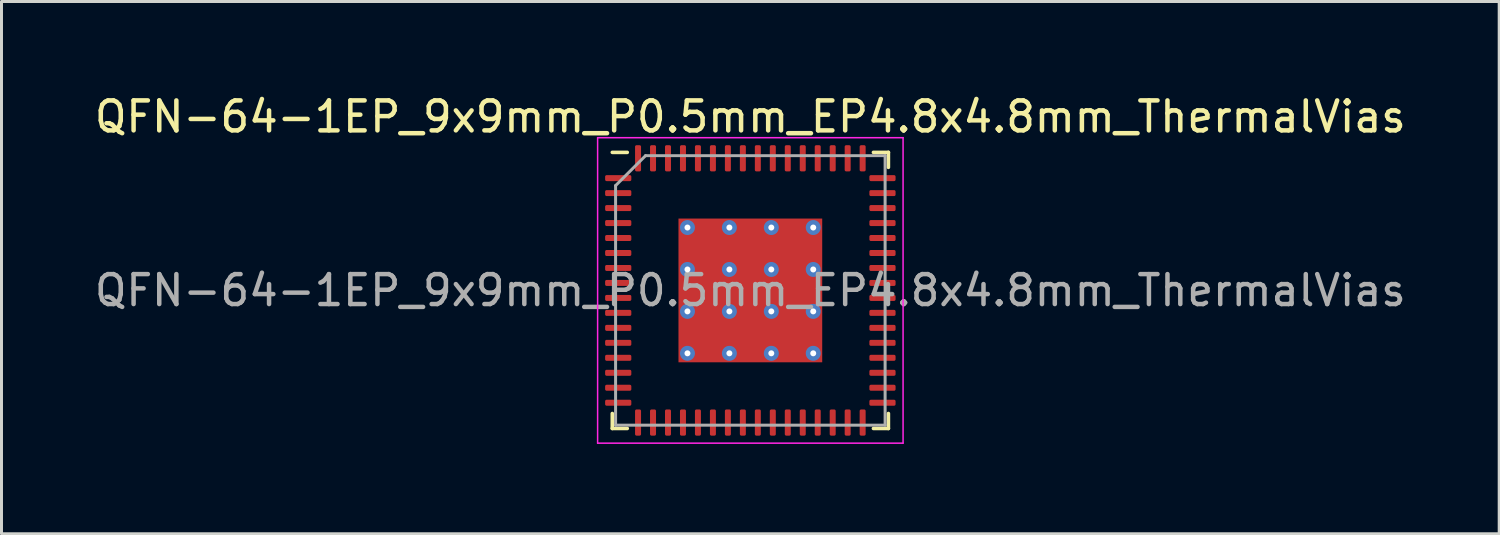
<source format=kicad_pcb>
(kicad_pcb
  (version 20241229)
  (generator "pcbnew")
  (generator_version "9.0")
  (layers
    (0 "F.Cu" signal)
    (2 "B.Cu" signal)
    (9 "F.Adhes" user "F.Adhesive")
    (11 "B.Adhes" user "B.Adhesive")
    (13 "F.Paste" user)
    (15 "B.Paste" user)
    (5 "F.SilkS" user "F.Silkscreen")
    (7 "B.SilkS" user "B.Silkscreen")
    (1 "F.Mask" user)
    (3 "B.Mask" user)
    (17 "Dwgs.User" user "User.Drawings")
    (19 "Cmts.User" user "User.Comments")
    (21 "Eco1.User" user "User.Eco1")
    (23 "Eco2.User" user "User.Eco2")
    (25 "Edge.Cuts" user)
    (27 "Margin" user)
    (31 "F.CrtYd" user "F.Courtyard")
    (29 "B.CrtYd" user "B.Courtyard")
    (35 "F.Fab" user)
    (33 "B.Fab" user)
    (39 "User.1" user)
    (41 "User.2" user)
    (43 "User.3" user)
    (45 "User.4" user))
  (footprint "QFN-64-1EP_9x9mm_P0.5mm_EP4.8x4.8mm_ThermalVias"
    (layer "F.Cu")
    (at 22.006 6.648)
    (property "Reference" "QFN-64-1EP_9x9mm_P0.5mm_EP4.8x4.8mm_ThermalVias" (at 0 -5.8 0) (layer "F.SilkS") (effects (font (size 1 1) (thickness 0.15))))
    (attr smd)
    (fp_line (start -4.61 4.61) (end -4.61 4.11) (stroke (width 0.12) (type solid)) (layer "F.SilkS"))
    (fp_line (start -4.11 -4.61) (end -4.61 -4.61) (stroke (width 0.12) (type solid)) (layer "F.SilkS"))
    (fp_line (start -4.11 4.61) (end -4.61 4.61) (stroke (width 0.12) (type solid)) (layer "F.SilkS"))
    (fp_line (start 4.11 -4.61) (end 4.61 -4.61) (stroke (width 0.12) (type solid)) (layer "F.SilkS"))
    (fp_line (start 4.11 4.61) (end 4.61 4.61) (stroke (width 0.12) (type solid)) (layer "F.SilkS"))
    (fp_line (start 4.61 -4.61) (end 4.61 -4.11) (stroke (width 0.12) (type solid)) (layer "F.SilkS"))
    (fp_line (start 4.61 4.61) (end 4.61 4.11) (stroke (width 0.12) (type solid)) (layer "F.SilkS"))
    (fp_line (start -5.1 -5.1) (end -5.1 5.1) (stroke (width 0.05) (type solid)) (layer "F.CrtYd"))
    (fp_line (start -5.1 5.1) (end 5.1 5.1) (stroke (width 0.05) (type solid)) (layer "F.CrtYd"))
    (fp_line (start 5.1 -5.1) (end -5.1 -5.1) (stroke (width 0.05) (type solid)) (layer "F.CrtYd"))
    (fp_line (start 5.1 5.1) (end 5.1 -5.1) (stroke (width 0.05) (type solid)) (layer "F.CrtYd"))
    (fp_line (start -4.5 -3.5) (end -3.5 -4.5) (stroke (width 0.1) (type solid)) (layer "F.Fab"))
    (fp_line (start -4.5 4.5) (end -4.5 -3.5) (stroke (width 0.1) (type solid)) (layer "F.Fab"))
    (fp_line (start -3.5 -4.5) (end 4.5 -4.5) (stroke (width 0.1) (type solid)) (layer "F.Fab"))
    (fp_line (start 4.5 -4.5) (end 4.5 4.5) (stroke (width 0.1) (type solid)) (layer "F.Fab"))
    (fp_line (start 4.5 4.5) (end -4.5 4.5) (stroke (width 0.1) (type solid)) (layer "F.Fab"))
    (fp_text user "${REFERENCE}" (at 0 0 0) (layer "F.Fab") (effects (font (size 1 1) (thickness 0.15))))
    (pad "" smd roundrect (at -1.4 -1.4) (size 1.263 1.263) (layers "F.Paste") (roundrect_rratio 0.198))
    (pad "" smd roundrect (at -1.4 0) (size 1.263 1.263) (layers "F.Paste") (roundrect_rratio 0.198))
    (pad "" smd roundrect (at -1.4 1.4) (size 1.263 1.263) (layers "F.Paste") (roundrect_rratio 0.198))
    (pad "" smd roundrect (at 0 -1.4) (size 1.263 1.263) (layers "F.Paste") (roundrect_rratio 0.198))
    (pad "" smd roundrect (at 0 0) (size 1.263 1.263) (layers "F.Paste") (roundrect_rratio 0.198))
    (pad "" smd roundrect (at 0 1.4) (size 1.263 1.263) (layers "F.Paste") (roundrect_rratio 0.198))
    (pad "" smd roundrect (at 1.4 -1.4) (size 1.263 1.263) (layers "F.Paste") (roundrect_rratio 0.198))
    (pad "" smd roundrect (at 1.4 0) (size 1.263 1.263) (layers "F.Paste") (roundrect_rratio 0.198))
    (pad "" smd roundrect (at 1.4 1.4) (size 1.263 1.263) (layers "F.Paste") (roundrect_rratio 0.198))
    (pad "1" smd roundrect (at -4.412 -3.75) (size 0.875 0.2) (layers "F.Cu" "F.Mask" "F.Paste") (roundrect_rratio 0.25))
    (pad "2" smd roundrect (at -4.412 -3.25) (size 0.875 0.2) (layers "F.Cu" "F.Mask" "F.Paste") (roundrect_rratio 0.25))
    (pad "3" smd roundrect (at -4.412 -2.75) (size 0.875 0.2) (layers "F.Cu" "F.Mask" "F.Paste") (roundrect_rratio 0.25))
    (pad "4" smd roundrect (at -4.412 -2.25) (size 0.875 0.2) (layers "F.Cu" "F.Mask" "F.Paste") (roundrect_rratio 0.25))
    (pad "5" smd roundrect (at -4.412 -1.75) (size 0.875 0.2) (layers "F.Cu" "F.Mask" "F.Paste") (roundrect_rratio 0.25))
    (pad "6" smd roundrect (at -4.412 -1.25) (size 0.875 0.2) (layers "F.Cu" "F.Mask" "F.Paste") (roundrect_rratio 0.25))
    (pad "7" smd roundrect (at -4.412 -0.75) (size 0.875 0.2) (layers "F.Cu" "F.Mask" "F.Paste") (roundrect_rratio 0.25))
    (pad "8" smd roundrect (at -4.412 -0.25) (size 0.875 0.2) (layers "F.Cu" "F.Mask" "F.Paste") (roundrect_rratio 0.25))
    (pad "9" smd roundrect (at -4.412 0.25) (size 0.875 0.2) (layers "F.Cu" "F.Mask" "F.Paste") (roundrect_rratio 0.25))
    (pad "10" smd roundrect (at -4.412 0.75) (size 0.875 0.2) (layers "F.Cu" "F.Mask" "F.Paste") (roundrect_rratio 0.25))
    (pad "11" smd roundrect (at -4.412 1.25) (size 0.875 0.2) (layers "F.Cu" "F.Mask" "F.Paste") (roundrect_rratio 0.25))
    (pad "12" smd roundrect (at -4.412 1.75) (size 0.875 0.2) (layers "F.Cu" "F.Mask" "F.Paste") (roundrect_rratio 0.25))
    (pad "13" smd roundrect (at -4.412 2.25) (size 0.875 0.2) (layers "F.Cu" "F.Mask" "F.Paste") (roundrect_rratio 0.25))
    (pad "14" smd roundrect (at -4.412 2.75) (size 0.875 0.2) (layers "F.Cu" "F.Mask" "F.Paste") (roundrect_rratio 0.25))
    (pad "15" smd roundrect (at -4.412 3.25) (size 0.875 0.2) (layers "F.Cu" "F.Mask" "F.Paste") (roundrect_rratio 0.25))
    (pad "16" smd roundrect (at -4.412 3.75) (size 0.875 0.2) (layers "F.Cu" "F.Mask" "F.Paste") (roundrect_rratio 0.25))
    (pad "17" smd roundrect (at -3.75 4.412) (size 0.2 0.875) (layers "F.Cu" "F.Mask" "F.Paste") (roundrect_rratio 0.25))
    (pad "18" smd roundrect (at -3.25 4.412) (size 0.2 0.875) (layers "F.Cu" "F.Mask" "F.Paste") (roundrect_rratio 0.25))
    (pad "19" smd roundrect (at -2.75 4.412) (size 0.2 0.875) (layers "F.Cu" "F.Mask" "F.Paste") (roundrect_rratio 0.25))
    (pad "20" smd roundrect (at -2.25 4.412) (size 0.2 0.875) (layers "F.Cu" "F.Mask" "F.Paste") (roundrect_rratio 0.25))
    (pad "21" smd roundrect (at -1.75 4.412) (size 0.2 0.875) (layers "F.Cu" "F.Mask" "F.Paste") (roundrect_rratio 0.25))
    (pad "22" smd roundrect (at -1.25 4.412) (size 0.2 0.875) (layers "F.Cu" "F.Mask" "F.Paste") (roundrect_rratio 0.25))
    (pad "23" smd roundrect (at -0.75 4.412) (size 0.2 0.875) (layers "F.Cu" "F.Mask" "F.Paste") (roundrect_rratio 0.25))
    (pad "24" smd roundrect (at -0.25 4.412) (size 0.2 0.875) (layers "F.Cu" "F.Mask" "F.Paste") (roundrect_rratio 0.25))
    (pad "25" smd roundrect (at 0.25 4.412) (size 0.2 0.875) (layers "F.Cu" "F.Mask" "F.Paste") (roundrect_rratio 0.25))
    (pad "26" smd roundrect (at 0.75 4.412) (size 0.2 0.875) (layers "F.Cu" "F.Mask" "F.Paste") (roundrect_rratio 0.25))
    (pad "27" smd roundrect (at 1.25 4.412) (size 0.2 0.875) (layers "F.Cu" "F.Mask" "F.Paste") (roundrect_rratio 0.25))
    (pad "28" smd roundrect (at 1.75 4.412) (size 0.2 0.875) (layers "F.Cu" "F.Mask" "F.Paste") (roundrect_rratio 0.25))
    (pad "29" smd roundrect (at 2.25 4.412) (size 0.2 0.875) (layers "F.Cu" "F.Mask" "F.Paste") (roundrect_rratio 0.25))
    (pad "30" smd roundrect (at 2.75 4.412) (size 0.2 0.875) (layers "F.Cu" "F.Mask" "F.Paste") (roundrect_rratio 0.25))
    (pad "31" smd roundrect (at 3.25 4.412) (size 0.2 0.875) (layers "F.Cu" "F.Mask" "F.Paste") (roundrect_rratio 0.25))
    (pad "32" smd roundrect (at 3.75 4.412) (size 0.2 0.875) (layers "F.Cu" "F.Mask" "F.Paste") (roundrect_rratio 0.25))
    (pad "33" smd roundrect (at 4.412 3.75) (size 0.875 0.2) (layers "F.Cu" "F.Mask" "F.Paste") (roundrect_rratio 0.25))
    (pad "34" smd roundrect (at 4.412 3.25) (size 0.875 0.2) (layers "F.Cu" "F.Mask" "F.Paste") (roundrect_rratio 0.25))
    (pad "35" smd roundrect (at 4.412 2.75) (size 0.875 0.2) (layers "F.Cu" "F.Mask" "F.Paste") (roundrect_rratio 0.25))
    (pad "36" smd roundrect (at 4.412 2.25) (size 0.875 0.2) (layers "F.Cu" "F.Mask" "F.Paste") (roundrect_rratio 0.25))
    (pad "37" smd roundrect (at 4.412 1.75) (size 0.875 0.2) (layers "F.Cu" "F.Mask" "F.Paste") (roundrect_rratio 0.25))
    (pad "38" smd roundrect (at 4.412 1.25) (size 0.875 0.2) (layers "F.Cu" "F.Mask" "F.Paste") (roundrect_rratio 0.25))
    (pad "39" smd roundrect (at 4.412 0.75) (size 0.875 0.2) (layers "F.Cu" "F.Mask" "F.Paste") (roundrect_rratio 0.25))
    (pad "40" smd roundrect (at 4.412 0.25) (size 0.875 0.2) (layers "F.Cu" "F.Mask" "F.Paste") (roundrect_rratio 0.25))
    (pad "41" smd roundrect (at 4.412 -0.25) (size 0.875 0.2) (layers "F.Cu" "F.Mask" "F.Paste") (roundrect_rratio 0.25))
    (pad "42" smd roundrect (at 4.412 -0.75) (size 0.875 0.2) (layers "F.Cu" "F.Mask" "F.Paste") (roundrect_rratio 0.25))
    (pad "43" smd roundrect (at 4.412 -1.25) (size 0.875 0.2) (layers "F.Cu" "F.Mask" "F.Paste") (roundrect_rratio 0.25))
    (pad "44" smd roundrect (at 4.412 -1.75) (size 0.875 0.2) (layers "F.Cu" "F.Mask" "F.Paste") (roundrect_rratio 0.25))
    (pad "45" smd roundrect (at 4.412 -2.25) (size 0.875 0.2) (layers "F.Cu" "F.Mask" "F.Paste") (roundrect_rratio 0.25))
    (pad "46" smd roundrect (at 4.412 -2.75) (size 0.875 0.2) (layers "F.Cu" "F.Mask" "F.Paste") (roundrect_rratio 0.25))
    (pad "47" smd roundrect (at 4.412 -3.25) (size 0.875 0.2) (layers "F.Cu" "F.Mask" "F.Paste") (roundrect_rratio 0.25))
    (pad "48" smd roundrect (at 4.412 -3.75) (size 0.875 0.2) (layers "F.Cu" "F.Mask" "F.Paste") (roundrect_rratio 0.25))
    (pad "49" smd roundrect (at 3.75 -4.412) (size 0.2 0.875) (layers "F.Cu" "F.Mask" "F.Paste") (roundrect_rratio 0.25))
    (pad "50" smd roundrect (at 3.25 -4.412) (size 0.2 0.875) (layers "F.Cu" "F.Mask" "F.Paste") (roundrect_rratio 0.25))
    (pad "51" smd roundrect (at 2.75 -4.412) (size 0.2 0.875) (layers "F.Cu" "F.Mask" "F.Paste") (roundrect_rratio 0.25))
    (pad "52" smd roundrect (at 2.25 -4.412) (size 0.2 0.875) (layers "F.Cu" "F.Mask" "F.Paste") (roundrect_rratio 0.25))
    (pad "53" smd roundrect (at 1.75 -4.412) (size 0.2 0.875) (layers "F.Cu" "F.Mask" "F.Paste") (roundrect_rratio 0.25))
    (pad "54" smd roundrect (at 1.25 -4.412) (size 0.2 0.875) (layers "F.Cu" "F.Mask" "F.Paste") (roundrect_rratio 0.25))
    (pad "55" smd roundrect (at 0.75 -4.412) (size 0.2 0.875) (layers "F.Cu" "F.Mask" "F.Paste") (roundrect_rratio 0.25))
    (pad "56" smd roundrect (at 0.25 -4.412) (size 0.2 0.875) (layers "F.Cu" "F.Mask" "F.Paste") (roundrect_rratio 0.25))
    (pad "57" smd roundrect (at -0.25 -4.412) (size 0.2 0.875) (layers "F.Cu" "F.Mask" "F.Paste") (roundrect_rratio 0.25))
    (pad "58" smd roundrect (at -0.75 -4.412) (size 0.2 0.875) (layers "F.Cu" "F.Mask" "F.Paste") (roundrect_rratio 0.25))
    (pad "59" smd roundrect (at -1.25 -4.412) (size 0.2 0.875) (layers "F.Cu" "F.Mask" "F.Paste") (roundrect_rratio 0.25))
    (pad "60" smd roundrect (at -1.75 -4.412) (size 0.2 0.875) (layers "F.Cu" "F.Mask" "F.Paste") (roundrect_rratio 0.25))
    (pad "61" smd roundrect (at -2.25 -4.412) (size 0.2 0.875) (layers "F.Cu" "F.Mask" "F.Paste") (roundrect_rratio 0.25))
    (pad "62" smd roundrect (at -2.75 -4.412) (size 0.2 0.875) (layers "F.Cu" "F.Mask" "F.Paste") (roundrect_rratio 0.25))
    (pad "63" smd roundrect (at -3.25 -4.412) (size 0.2 0.875) (layers "F.Cu" "F.Mask" "F.Paste") (roundrect_rratio 0.25))
    (pad "64" smd roundrect (at -3.75 -4.412) (size 0.2 0.875) (layers "F.Cu" "F.Mask" "F.Paste") (roundrect_rratio 0.25))
    (pad "65" thru_hole circle (at -2.1 -2.1) (size 0.5 0.5) (drill 0.2) (property pad_prop_heatsink) (layers "*.Cu") (remove_unused_layers yes) (keep_end_layers yes) (zone_layer_connections))
    (pad "65" thru_hole circle (at -2.1 -0.7) (size 0.5 0.5) (drill 0.2) (property pad_prop_heatsink) (layers "*.Cu") (remove_unused_layers yes) (keep_end_layers yes) (zone_layer_connections))
    (pad "65" thru_hole circle (at -2.1 0.7) (size 0.5 0.5) (drill 0.2) (property pad_prop_heatsink) (layers "*.Cu") (remove_unused_layers yes) (keep_end_layers yes) (zone_layer_connections))
    (pad "65" thru_hole circle (at -2.1 2.1) (size 0.5 0.5) (drill 0.2) (property pad_prop_heatsink) (layers "*.Cu") (remove_unused_layers yes) (keep_end_layers yes) (zone_layer_connections))
    (pad "65" thru_hole circle (at -0.7 -2.1) (size 0.5 0.5) (drill 0.2) (property pad_prop_heatsink) (layers "*.Cu") (remove_unused_layers yes) (keep_end_layers yes) (zone_layer_connections))
    (pad "65" thru_hole circle (at -0.7 -0.7) (size 0.5 0.5) (drill 0.2) (property pad_prop_heatsink) (layers "*.Cu") (remove_unused_layers yes) (keep_end_layers yes) (zone_layer_connections))
    (pad "65" thru_hole circle (at -0.7 0.7) (size 0.5 0.5) (drill 0.2) (property pad_prop_heatsink) (layers "*.Cu") (remove_unused_layers yes) (keep_end_layers yes) (zone_layer_connections))
    (pad "65" thru_hole circle (at -0.7 2.1) (size 0.5 0.5) (drill 0.2) (property pad_prop_heatsink) (layers "*.Cu") (remove_unused_layers yes) (keep_end_layers yes) (zone_layer_connections))
    (pad "65" smd custom (at 0 0) (size 4.8 4.8) (layers "F.Cu" "F.Mask") (options (anchor rect)) (primitives (gr_bbox (start -0.75 -0.75) (end 0.75 0.75) (fill no))))
    (pad "65" thru_hole circle (at 0.7 -2.1) (size 0.5 0.5) (drill 0.2) (property pad_prop_heatsink) (layers "*.Cu") (remove_unused_layers yes) (keep_end_layers yes) (zone_layer_connections))
    (pad "65" thru_hole circle (at 0.7 -0.7) (size 0.5 0.5) (drill 0.2) (property pad_prop_heatsink) (layers "*.Cu") (remove_unused_layers yes) (keep_end_layers yes) (zone_layer_connections))
    (pad "65" thru_hole circle (at 0.7 0.7) (size 0.5 0.5) (drill 0.2) (property pad_prop_heatsink) (layers "*.Cu") (remove_unused_layers yes) (keep_end_layers yes) (zone_layer_connections))
    (pad "65" thru_hole circle (at 0.7 2.1) (size 0.5 0.5) (drill 0.2) (property pad_prop_heatsink) (layers "*.Cu") (remove_unused_layers yes) (keep_end_layers yes) (zone_layer_connections))
    (pad "65" thru_hole circle (at 2.1 -2.1) (size 0.5 0.5) (drill 0.2) (property pad_prop_heatsink) (layers "*.Cu") (remove_unused_layers yes) (keep_end_layers yes) (zone_layer_connections))
    (pad "65" thru_hole circle (at 2.1 -0.7) (size 0.5 0.5) (drill 0.2) (property pad_prop_heatsink) (layers "*.Cu") (remove_unused_layers yes) (keep_end_layers yes) (zone_layer_connections))
    (pad "65" thru_hole circle (at 2.1 0.7) (size 0.5 0.5) (drill 0.2) (property pad_prop_heatsink) (layers "*.Cu") (remove_unused_layers yes) (keep_end_layers yes) (zone_layer_connections))
    (pad "65" thru_hole circle (at 2.1 2.1) (size 0.5 0.5) (drill 0.2) (property pad_prop_heatsink) (layers "*.Cu") (remove_unused_layers yes) (keep_end_layers yes) (zone_layer_connections)))
  (gr_rect
    (start -3 -3)
    (end 47.012 14.773)
    (stroke (width 0.1) (type default))
    (fill no)
    (layer "Edge.Cuts")))
</source>
